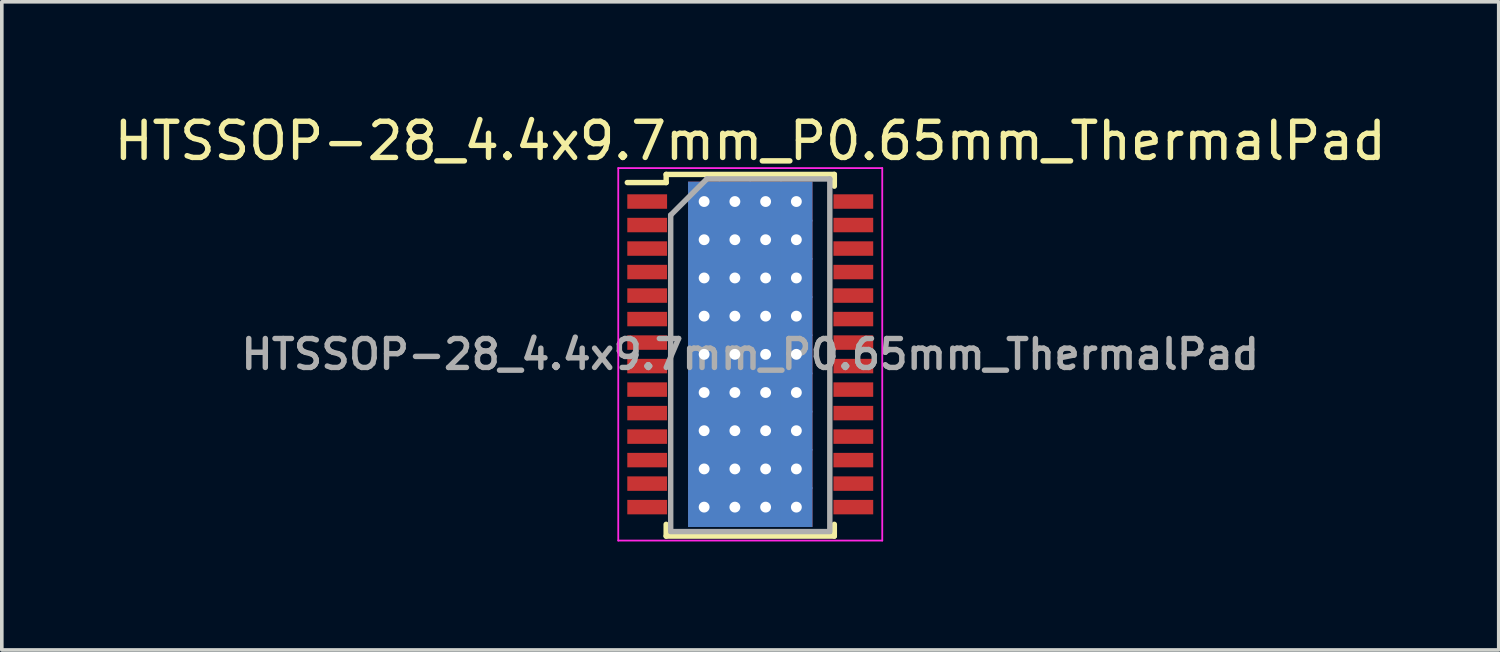
<source format=kicad_pcb>
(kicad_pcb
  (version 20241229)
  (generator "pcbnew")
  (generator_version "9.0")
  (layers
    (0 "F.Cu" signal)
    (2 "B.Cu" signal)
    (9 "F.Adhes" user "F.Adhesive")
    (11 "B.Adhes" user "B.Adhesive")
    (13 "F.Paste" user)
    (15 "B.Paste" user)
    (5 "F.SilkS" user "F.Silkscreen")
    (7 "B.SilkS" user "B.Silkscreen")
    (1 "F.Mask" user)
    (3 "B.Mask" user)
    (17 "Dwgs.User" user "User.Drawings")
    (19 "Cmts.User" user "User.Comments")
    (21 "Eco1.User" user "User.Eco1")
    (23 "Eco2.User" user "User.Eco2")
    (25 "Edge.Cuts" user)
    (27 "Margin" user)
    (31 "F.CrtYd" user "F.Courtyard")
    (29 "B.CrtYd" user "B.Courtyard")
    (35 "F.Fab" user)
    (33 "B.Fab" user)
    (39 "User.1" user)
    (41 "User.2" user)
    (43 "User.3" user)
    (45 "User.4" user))
  (footprint "HTSSOP-28_4.4x9.7mm_P0.65mm_ThermalPad"
    (layer "F.Cu")
    (at 17.696 6.748)
    (property "Reference" "HTSSOP-28_4.4x9.7mm_P0.65mm_ThermalPad" (at 0 -5.9 0) (layer "F.SilkS") (effects (font (size 1 1) (thickness 0.15))))
    (attr smd)
    (fp_line (start -2.325 -4.975) (end -2.325 -4.75) (stroke (width 0.15) (type solid)) (layer "F.SilkS"))
    (fp_line (start -2.325 -4.975) (end 2.325 -4.975) (stroke (width 0.15) (type solid)) (layer "F.SilkS"))
    (fp_line (start -2.325 -4.75) (end -3.4 -4.75) (stroke (width 0.15) (type solid)) (layer "F.SilkS"))
    (fp_line (start -2.325 5.026) (end -2.325 4.701) (stroke (width 0.15) (type solid)) (layer "F.SilkS"))
    (fp_line (start -2.325 5.026) (end 2.325 5.026) (stroke (width 0.15) (type solid)) (layer "F.SilkS"))
    (fp_line (start 2.325 -4.975) (end 2.325 -4.65) (stroke (width 0.15) (type solid)) (layer "F.SilkS"))
    (fp_line (start 2.325 5.026) (end 2.325 4.701) (stroke (width 0.15) (type solid)) (layer "F.SilkS"))
    (fp_line (start -3.65 -5.15) (end -3.65 5.15) (stroke (width 0.05) (type solid)) (layer "F.CrtYd"))
    (fp_line (start -3.65 -5.15) (end 3.65 -5.15) (stroke (width 0.05) (type solid)) (layer "F.CrtYd"))
    (fp_line (start -3.65 5.15) (end 3.65 5.15) (stroke (width 0.05) (type solid)) (layer "F.CrtYd"))
    (fp_line (start 3.65 -5.15) (end 3.65 5.15) (stroke (width 0.05) (type solid)) (layer "F.CrtYd"))
    (fp_line (start -2.2 -3.85) (end -1.2 -4.85) (stroke (width 0.15) (type solid)) (layer "F.Fab"))
    (fp_line (start -2.2 4.85) (end -2.2 -3.85) (stroke (width 0.15) (type solid)) (layer "F.Fab"))
    (fp_line (start -1.2 -4.85) (end 2.2 -4.85) (stroke (width 0.15) (type solid)) (layer "F.Fab"))
    (fp_line (start 2.2 -4.85) (end 2.2 4.85) (stroke (width 0.15) (type solid)) (layer "F.Fab"))
    (fp_line (start 2.2 4.901) (end -2.2 4.901) (stroke (width 0.15) (type solid)) (layer "F.Fab"))
    (fp_text user "${REFERENCE}" (at 0 0 0) (layer "F.Fab") (effects (font (size 0.8 0.8) (thickness 0.15))))
    (pad "1" smd rect (at -2.85 -4.225) (size 1.1 0.4) (layers "F.Cu" "F.Mask" "F.Paste"))
    (pad "2" smd rect (at -2.85 -3.575) (size 1.1 0.4) (layers "F.Cu" "F.Mask" "F.Paste"))
    (pad "3" smd rect (at -2.85 -2.925) (size 1.1 0.4) (layers "F.Cu" "F.Mask" "F.Paste"))
    (pad "4" smd rect (at -2.85 -2.275) (size 1.1 0.4) (layers "F.Cu" "F.Mask" "F.Paste"))
    (pad "5" smd rect (at -2.85 -1.625) (size 1.1 0.4) (layers "F.Cu" "F.Mask" "F.Paste"))
    (pad "6" smd rect (at -2.85 -0.975) (size 1.1 0.4) (layers "F.Cu" "F.Mask" "F.Paste"))
    (pad "7" smd rect (at -2.85 -0.325) (size 1.1 0.4) (layers "F.Cu" "F.Mask" "F.Paste"))
    (pad "8" smd rect (at -2.85 0.325) (size 1.1 0.4) (layers "F.Cu" "F.Mask" "F.Paste"))
    (pad "9" smd rect (at -2.85 0.975) (size 1.1 0.4) (layers "F.Cu" "F.Mask" "F.Paste"))
    (pad "10" smd rect (at -2.85 1.625) (size 1.1 0.4) (layers "F.Cu" "F.Mask" "F.Paste"))
    (pad "11" smd rect (at -2.85 2.275) (size 1.1 0.4) (layers "F.Cu" "F.Mask" "F.Paste"))
    (pad "12" smd rect (at -2.85 2.925) (size 1.1 0.4) (layers "F.Cu" "F.Mask" "F.Paste"))
    (pad "13" smd rect (at -2.85 3.575) (size 1.1 0.4) (layers "F.Cu" "F.Mask" "F.Paste"))
    (pad "14" smd rect (at -2.85 4.225) (size 1.1 0.4) (layers "F.Cu" "F.Mask" "F.Paste"))
    (pad "15" smd rect (at 2.85 4.225) (size 1.1 0.4) (layers "F.Cu" "F.Mask" "F.Paste"))
    (pad "16" smd rect (at 2.85 3.575) (size 1.1 0.4) (layers "F.Cu" "F.Mask" "F.Paste"))
    (pad "17" smd rect (at 2.85 2.925) (size 1.1 0.4) (layers "F.Cu" "F.Mask" "F.Paste"))
    (pad "18" smd rect (at 2.85 2.275) (size 1.1 0.4) (layers "F.Cu" "F.Mask" "F.Paste"))
    (pad "19" smd rect (at 2.85 1.625) (size 1.1 0.4) (layers "F.Cu" "F.Mask" "F.Paste"))
    (pad "20" smd rect (at 2.85 0.975) (size 1.1 0.4) (layers "F.Cu" "F.Mask" "F.Paste"))
    (pad "21" smd rect (at 2.85 0.325) (size 1.1 0.4) (layers "F.Cu" "F.Mask" "F.Paste"))
    (pad "22" smd rect (at 2.85 -0.325) (size 1.1 0.4) (layers "F.Cu" "F.Mask" "F.Paste"))
    (pad "23" smd rect (at 2.85 -0.975) (size 1.1 0.4) (layers "F.Cu" "F.Mask" "F.Paste"))
    (pad "24" smd rect (at 2.85 -1.625) (size 1.1 0.4) (layers "F.Cu" "F.Mask" "F.Paste"))
    (pad "25" smd rect (at 2.85 -2.275) (size 1.1 0.4) (layers "F.Cu" "F.Mask" "F.Paste"))
    (pad "26" smd rect (at 2.85 -2.925) (size 1.1 0.4) (layers "F.Cu" "F.Mask" "F.Paste"))
    (pad "27" smd rect (at 2.85 -3.575) (size 1.1 0.4) (layers "F.Cu" "F.Mask" "F.Paste"))
    (pad "28" smd rect (at 2.85 -4.225) (size 1.1 0.4) (layers "F.Cu" "F.Mask" "F.Paste"))
    (pad "29" thru_hole rect (at -1.275 -4.225) (size 0.89 1.1) (drill 0.3) (layers "*.Cu" "*.Mask"))
    (pad "29" thru_hole rect (at -1.275 -3.169) (size 0.89 1.1) (drill 0.3) (layers "*.Cu" "*.Mask"))
    (pad "29" thru_hole rect (at -1.275 -2.112) (size 0.89 1.1) (drill 0.3) (layers "*.Cu" "*.Mask"))
    (pad "29" thru_hole rect (at -1.275 -1.056) (size 0.89 1.1) (drill 0.3) (layers "*.Cu" "*.Mask"))
    (pad "29" thru_hole rect (at -1.275 0) (size 0.89 1.1) (drill 0.3) (layers "*.Cu" "*.Mask"))
    (pad "29" thru_hole rect (at -1.275 1.056) (size 0.89 1.1) (drill 0.3) (layers "*.Cu" "*.Mask"))
    (pad "29" thru_hole rect (at -1.275 2.112) (size 0.89 1.1) (drill 0.3) (layers "*.Cu" "*.Mask"))
    (pad "29" thru_hole rect (at -1.275 3.169) (size 0.89 1.1) (drill 0.3) (layers "*.Cu" "*.Mask"))
    (pad "29" thru_hole rect (at -1.275 4.225) (size 0.89 1.1) (drill 0.3) (layers "*.Cu" "*.Mask"))
    (pad "29" thru_hole rect (at -0.425 -4.225) (size 0.89 1.1) (drill 0.3) (layers "*.Cu" "*.Mask"))
    (pad "29" thru_hole rect (at -0.425 -3.169) (size 0.89 1.1) (drill 0.3) (layers "*.Cu" "*.Mask"))
    (pad "29" thru_hole rect (at -0.425 -2.112) (size 0.89 1.1) (drill 0.3) (layers "*.Cu" "*.Mask"))
    (pad "29" thru_hole rect (at -0.425 -1.056) (size 0.89 1.1) (drill 0.3) (layers "*.Cu" "*.Mask"))
    (pad "29" thru_hole rect (at -0.425 0) (size 0.89 1.1) (drill 0.3) (layers "*.Cu" "*.Mask"))
    (pad "29" thru_hole rect (at -0.425 1.056) (size 0.89 1.1) (drill 0.3) (layers "*.Cu" "*.Mask"))
    (pad "29" thru_hole rect (at -0.425 2.112) (size 0.89 1.1) (drill 0.3) (layers "*.Cu" "*.Mask"))
    (pad "29" thru_hole rect (at -0.425 3.169) (size 0.89 1.1) (drill 0.3) (layers "*.Cu" "*.Mask"))
    (pad "29" thru_hole rect (at -0.425 4.225) (size 0.89 1.1) (drill 0.3) (layers "*.Cu" "*.Mask"))
    (pad "29" thru_hole rect (at 0.425 -4.225) (size 0.89 1.1) (drill 0.3) (layers "*.Cu" "*.Mask"))
    (pad "29" thru_hole rect (at 0.425 -3.169) (size 0.89 1.1) (drill 0.3) (layers "*.Cu" "*.Mask"))
    (pad "29" thru_hole rect (at 0.425 -2.112) (size 0.89 1.1) (drill 0.3) (layers "*.Cu" "*.Mask"))
    (pad "29" thru_hole rect (at 0.425 -1.056) (size 0.89 1.1) (drill 0.3) (layers "*.Cu" "*.Mask"))
    (pad "29" thru_hole rect (at 0.425 0) (size 0.89 1.1) (drill 0.3) (layers "*.Cu" "*.Mask"))
    (pad "29" thru_hole rect (at 0.425 1.056) (size 0.89 1.1) (drill 0.3) (layers "*.Cu" "*.Mask"))
    (pad "29" thru_hole rect (at 0.425 2.112) (size 0.89 1.1) (drill 0.3) (layers "*.Cu" "*.Mask"))
    (pad "29" thru_hole rect (at 0.425 3.169) (size 0.89 1.1) (drill 0.3) (layers "*.Cu" "*.Mask"))
    (pad "29" thru_hole rect (at 0.425 4.225) (size 0.89 1.1) (drill 0.3) (layers "*.Cu" "*.Mask"))
    (pad "29" thru_hole rect (at 1.275 -4.225) (size 0.89 1.1) (drill 0.3) (layers "*.Cu" "*.Mask"))
    (pad "29" thru_hole rect (at 1.275 -3.169) (size 0.89 1.1) (drill 0.3) (layers "*.Cu" "*.Mask"))
    (pad "29" thru_hole rect (at 1.275 -2.112) (size 0.89 1.1) (drill 0.3) (layers "*.Cu" "*.Mask"))
    (pad "29" thru_hole rect (at 1.275 -1.056) (size 0.89 1.1) (drill 0.3) (layers "*.Cu" "*.Mask"))
    (pad "29" thru_hole rect (at 1.275 0) (size 0.89 1.1) (drill 0.3) (layers "*.Cu" "*.Mask"))
    (pad "29" thru_hole rect (at 1.275 1.056) (size 0.89 1.1) (drill 0.3) (layers "*.Cu" "*.Mask"))
    (pad "29" thru_hole rect (at 1.275 2.112) (size 0.89 1.1) (drill 0.3) (layers "*.Cu" "*.Mask"))
    (pad "29" thru_hole rect (at 1.275 3.169) (size 0.89 1.1) (drill 0.3) (layers "*.Cu" "*.Mask"))
    (pad "29" thru_hole rect (at 1.275 4.225) (size 0.89 1.1) (drill 0.3) (layers "*.Cu" "*.Mask")))
  (gr_rect
    (start -3 -3)
    (end 38.393 14.923)
    (stroke (width 0.1) (type default))
    (fill no)
    (layer "Edge.Cuts")))
</source>
